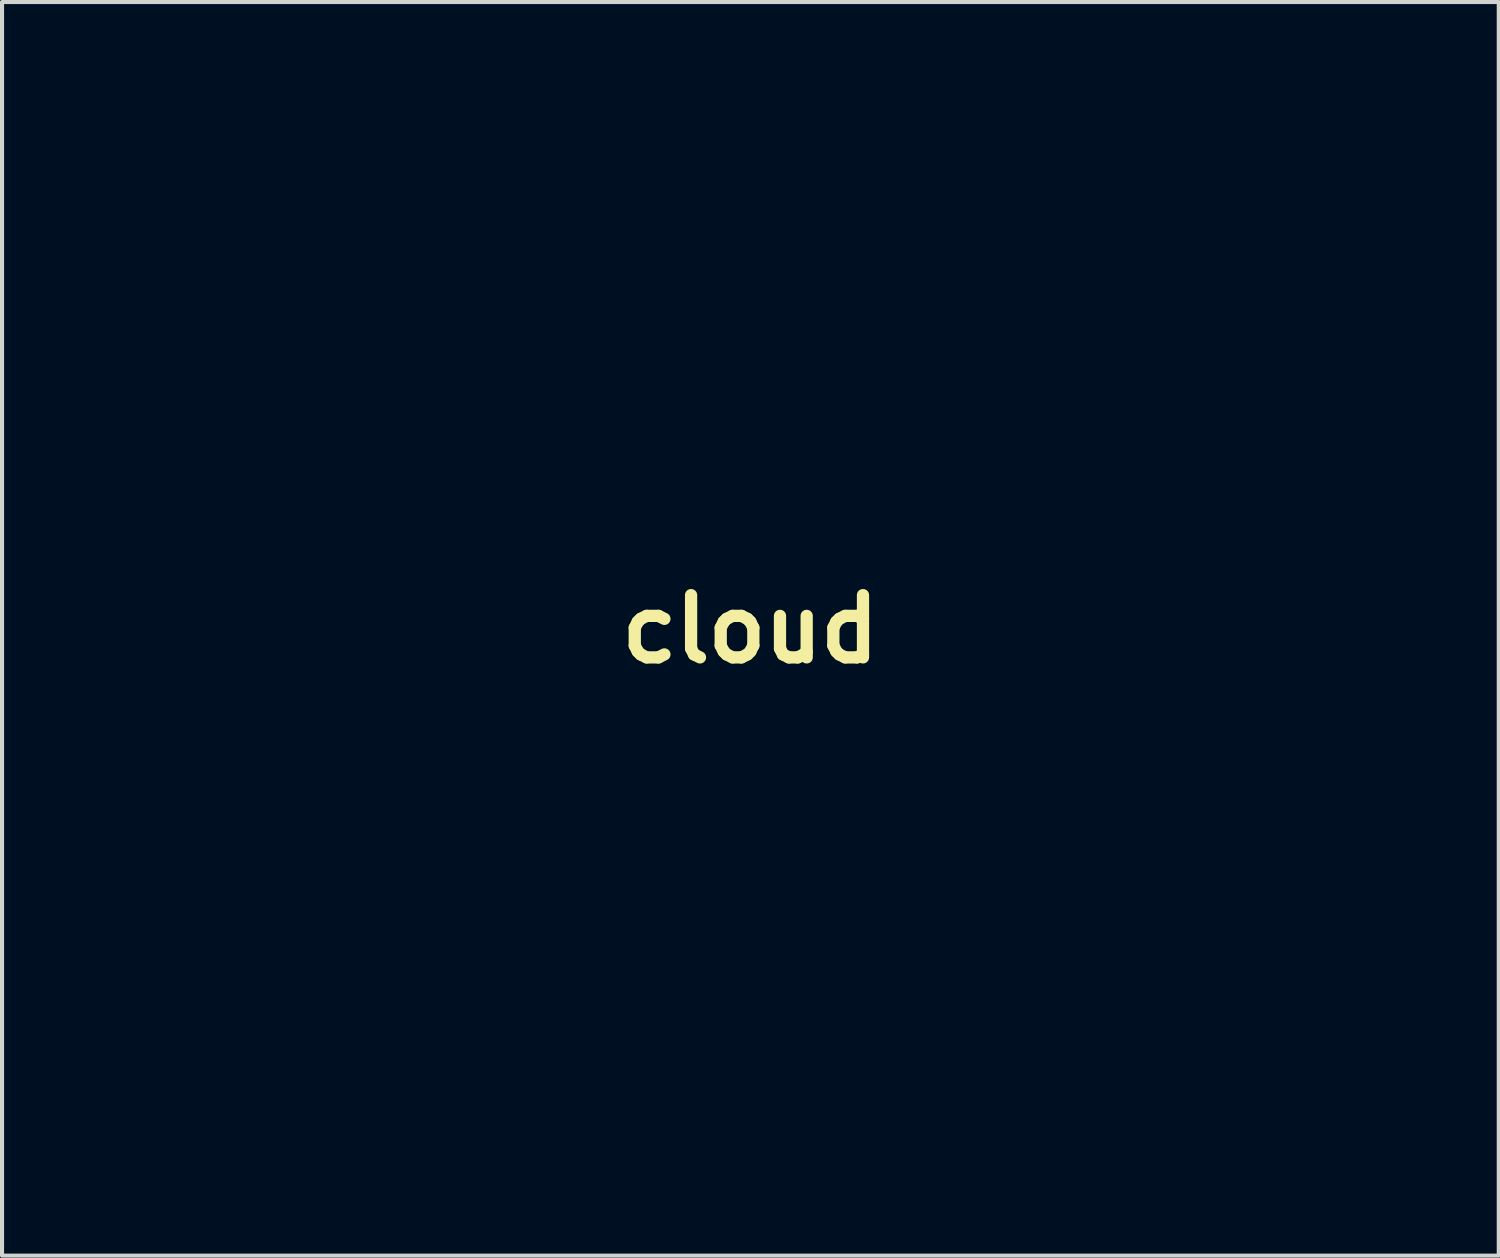
<source format=kicad_pcb>
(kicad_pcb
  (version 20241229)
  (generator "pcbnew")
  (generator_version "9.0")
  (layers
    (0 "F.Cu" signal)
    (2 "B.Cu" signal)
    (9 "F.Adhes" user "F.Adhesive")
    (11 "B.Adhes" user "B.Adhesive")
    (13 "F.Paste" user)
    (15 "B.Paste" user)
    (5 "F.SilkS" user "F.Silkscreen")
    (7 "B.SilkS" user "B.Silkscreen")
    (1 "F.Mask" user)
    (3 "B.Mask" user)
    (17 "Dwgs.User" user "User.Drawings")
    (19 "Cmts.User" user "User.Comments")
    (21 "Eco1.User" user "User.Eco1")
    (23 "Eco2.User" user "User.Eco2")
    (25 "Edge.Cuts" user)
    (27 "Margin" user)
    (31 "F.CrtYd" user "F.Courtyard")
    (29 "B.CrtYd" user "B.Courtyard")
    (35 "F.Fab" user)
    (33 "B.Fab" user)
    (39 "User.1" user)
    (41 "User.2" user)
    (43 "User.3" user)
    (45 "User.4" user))
  (footprint "cloud"
    (layer "F.Cu")
    (at 15.323 12.357)
    (property "Reference" "cloud" (at 0 0 0) (layer "F.SilkS") (effects (font (size 1.524 1.524) (thickness 0.3))))
    (attr through_hole)
    (fp_poly (pts (xy 1.99 -3.652) (xy 2.03 -3.471) (xy 2.03 -3.241) (xy 1.984 -3.023) (xy 1.981 -3.013) (xy 1.88 -2.896) (xy 1.761 -2.898) (xy 1.694 -3.014) (xy 1.693 -3.037) (xy 1.718 -3.324) (xy 1.782 -3.563) (xy 1.869 -3.705) (xy 1.916 -3.725) (xy 1.99 -3.652)) (stroke (width 0.01) (type solid)) (fill yes) (layer "F.Mask"))
    (fp_poly (pts (xy -1.983 -3.774) (xy -1.947 -3.619) (xy -1.956 -3.459) (xy -1.98 -3.174) (xy -2.015 -2.81) (xy -2.046 -2.519) (xy -2.093 -2.113) (xy -2.135 -1.847) (xy -2.18 -1.694) (xy -2.235 -1.624) (xy -2.3 -1.609) (xy -2.43 -1.637) (xy -2.455 -1.672) (xy -2.445 -1.797) (xy -2.419 -2.045) (xy -2.383 -2.37) (xy -2.341 -2.727) (xy -2.3 -3.072) (xy -2.263 -3.358) (xy -2.238 -3.535) (xy -2.17 -3.725) (xy -2.071 -3.809) (xy -1.983 -3.774)) (stroke (width 0.01) (type solid)) (fill yes) (layer "F.Mask"))
    (fp_poly (pts (xy 6.18 0.188) (xy 6.181 0.254) (xy 6.12 0.397) (xy 6.022 0.423) (xy 5.835 0.473) (xy 5.724 0.632) (xy 5.681 0.921) (xy 5.688 1.225) (xy 5.695 1.559) (xy 5.659 1.756) (xy 5.567 1.847) (xy 5.465 1.863) (xy 5.442 1.787) (xy 5.409 1.591) (xy 5.385 1.418) (xy 5.341 1.072) (xy 5.295 0.723) (xy 5.279 0.606) (xy 5.254 0.379) (xy 5.276 0.276) (xy 5.364 0.254) (xy 5.429 0.259) (xy 5.658 0.242) (xy 5.869 0.182) (xy 6.069 0.106) (xy 6.157 0.104) (xy 6.18 0.188)) (stroke (width 0.01) (type solid)) (fill yes) (layer "F.Mask"))
    (fp_poly (pts (xy -6.198 0.15) (xy -6.048 0.217) (xy -6.011 0.306) (xy -6.085 0.392) (xy -6.31 0.423) (xy -6.34 0.423) (xy -6.646 0.474) (xy -6.825 0.63) (xy -6.878 0.897) (xy -6.83 1.205) (xy -6.702 1.41) (xy -6.477 1.507) (xy -6.203 1.48) (xy -6.135 1.453) (xy -5.951 1.414) (xy -5.86 1.473) (xy -5.894 1.59) (xy -5.972 1.664) (xy -6.169 1.738) (xy -6.447 1.77) (xy -6.721 1.753) (xy -6.839 1.721) (xy -7.007 1.572) (xy -7.124 1.313) (xy -7.18 1.002) (xy -7.164 0.694) (xy -7.066 0.444) (xy -7.066 0.444) (xy -6.902 0.299) (xy -6.671 0.197) (xy -6.421 0.146) (xy -6.198 0.15)) (stroke (width 0.01) (type solid)) (fill yes) (layer "F.Mask"))
    (fp_poly (pts (xy -4.085 -6.542) (xy -3.86 -6.355) (xy -3.739 -6.038) (xy -3.719 -5.588) (xy -3.809 -5.293) (xy -4.018 -5.083) (xy -4.304 -4.98) (xy -4.628 -5.007) (xy -4.712 -5.038) (xy -4.963 -5.228) (xy -5.112 -5.525) (xy -5.136 -5.827) (xy -4.827 -5.827) (xy -4.792 -5.541) (xy -4.738 -5.413) (xy -4.585 -5.274) (xy -4.379 -5.261) (xy -4.177 -5.368) (xy -4.099 -5.46) (xy -4.012 -5.705) (xy -4.028 -5.966) (xy -4.13 -6.191) (xy -4.299 -6.329) (xy -4.407 -6.35) (xy -4.618 -6.277) (xy -4.763 -6.087) (xy -4.827 -5.827) (xy -5.136 -5.827) (xy -5.14 -5.884) (xy -5.127 -5.972) (xy -4.999 -6.318) (xy -4.77 -6.529) (xy -4.439 -6.604) (xy -4.417 -6.604) (xy -4.085 -6.542)) (stroke (width 0.01) (type solid)) (fill yes) (layer "F.Mask"))
    (fp_poly (pts (xy -4.593 0.236) (xy -4.369 0.436) (xy -4.252 0.765) (xy -4.233 1.013) (xy -4.259 1.308) (xy -4.35 1.507) (xy -4.429 1.594) (xy -4.675 1.728) (xy -4.992 1.776) (xy -5.298 1.728) (xy -5.315 1.721) (xy -5.457 1.589) (xy -5.581 1.348) (xy -5.659 1.058) (xy -5.67 0.92) (xy -5.334 0.92) (xy -5.282 1.212) (xy -5.15 1.415) (xy -4.97 1.509) (xy -4.775 1.478) (xy -4.612 1.321) (xy -4.524 1.071) (xy -4.544 0.808) (xy -4.653 0.582) (xy -4.833 0.444) (xy -4.946 0.423) (xy -5.178 0.486) (xy -5.305 0.678) (xy -5.334 0.92) (xy -5.67 0.92) (xy -5.673 0.889) (xy -5.599 0.554) (xy -5.395 0.311) (xy -5.085 0.183) (xy -4.921 0.169) (xy -4.593 0.236)) (stroke (width 0.01) (type solid)) (fill yes) (layer "F.Mask"))
    (fp_poly (pts (xy 2.16 -6.555) (xy 2.378 -6.346) (xy 2.504 -6.045) (xy 2.513 -5.675) (xy 2.497 -5.584) (xy 2.358 -5.276) (xy 2.125 -5.075) (xy 1.84 -4.994) (xy 1.542 -5.045) (xy 1.308 -5.203) (xy 1.17 -5.387) (xy 1.111 -5.615) (xy 1.103 -5.817) (xy 1.103 -5.818) (xy 1.381 -5.818) (xy 1.424 -5.564) (xy 1.544 -5.37) (xy 1.717 -5.265) (xy 1.916 -5.278) (xy 2.068 -5.382) (xy 2.172 -5.588) (xy 2.196 -5.866) (xy 2.136 -6.14) (xy 2.114 -6.186) (xy 1.951 -6.322) (xy 1.785 -6.35) (xy 1.588 -6.308) (xy 1.463 -6.15) (xy 1.442 -6.102) (xy 1.381 -5.818) (xy 1.103 -5.818) (xy 1.144 -6.182) (xy 1.273 -6.425) (xy 1.509 -6.582) (xy 1.543 -6.595) (xy 1.874 -6.647) (xy 2.16 -6.555)) (stroke (width 0.01) (type solid)) (fill yes) (layer "F.Mask"))
    (fp_poly (pts (xy 2.682 -0.109) (xy 2.709 0) (xy 2.749 0.124) (xy 2.898 0.168) (xy 2.963 0.169) (xy 3.165 0.207) (xy 3.217 0.296) (xy 3.144 0.398) (xy 3.006 0.423) (xy 2.872 0.44) (xy 2.811 0.522) (xy 2.795 0.715) (xy 2.795 0.783) (xy 2.811 1.149) (xy 2.866 1.376) (xy 2.972 1.492) (xy 3.142 1.524) (xy 3.143 1.524) (xy 3.337 1.563) (xy 3.387 1.651) (xy 3.316 1.742) (xy 3.145 1.783) (xy 2.934 1.775) (xy 2.742 1.72) (xy 2.636 1.63) (xy 2.582 1.466) (xy 2.527 1.202) (xy 2.496 0.995) (xy 2.438 0.678) (xy 2.361 0.525) (xy 2.319 0.508) (xy 2.215 0.44) (xy 2.201 0.381) (xy 2.247 0.268) (xy 2.286 0.254) (xy 2.35 0.182) (xy 2.371 0.042) (xy 2.41 -0.124) (xy 2.54 -0.169) (xy 2.682 -0.109)) (stroke (width 0.01) (type solid)) (fill yes) (layer "F.Mask"))
    (fp_poly (pts (xy -0.734 -3.135) (xy -0.562 -3.04) (xy -0.508 -2.923) (xy -0.518 -2.825) (xy -0.578 -2.804) (xy -0.736 -2.853) (xy -0.81 -2.881) (xy -1.05 -2.929) (xy -1.248 -2.895) (xy -1.35 -2.791) (xy -1.355 -2.756) (xy -1.284 -2.654) (xy -1.109 -2.549) (xy -1.079 -2.536) (xy -0.731 -2.354) (xy -0.545 -2.152) (xy -0.523 -1.933) (xy -0.669 -1.702) (xy -0.677 -1.693) (xy -0.931 -1.555) (xy -1.272 -1.549) (xy -1.545 -1.622) (xy -1.713 -1.723) (xy -1.778 -1.837) (xy -1.741 -1.921) (xy -1.602 -1.915) (xy -1.545 -1.901) (xy -1.194 -1.833) (xy -0.963 -1.855) (xy -0.865 -1.962) (xy -0.908 -2.085) (xy -1.098 -2.216) (xy -1.223 -2.275) (xy -1.496 -2.44) (xy -1.615 -2.639) (xy -1.591 -2.901) (xy -1.558 -2.996) (xy -1.437 -3.116) (xy -1.224 -3.177) (xy -0.972 -3.182) (xy -0.734 -3.135)) (stroke (width 0.01) (type solid)) (fill yes) (layer "F.Mask"))
    (fp_poly (pts (xy 3.094 -3.18) (xy 3.307 -3.11) (xy 3.436 -3.013) (xy 3.444 -2.997) (xy 3.463 -2.858) (xy 3.363 -2.825) (xy 3.176 -2.878) (xy 2.932 -2.928) (xy 2.733 -2.896) (xy 2.63 -2.792) (xy 2.625 -2.756) (xy 2.696 -2.654) (xy 2.87 -2.549) (xy 2.9 -2.536) (xy 3.247 -2.356) (xy 3.433 -2.15) (xy 3.471 -1.981) (xy 3.398 -1.757) (xy 3.202 -1.607) (xy 2.917 -1.544) (xy 2.576 -1.579) (xy 2.434 -1.622) (xy 2.267 -1.723) (xy 2.201 -1.837) (xy 2.239 -1.921) (xy 2.377 -1.915) (xy 2.434 -1.901) (xy 2.786 -1.833) (xy 3.017 -1.855) (xy 3.114 -1.962) (xy 3.071 -2.085) (xy 2.881 -2.216) (xy 2.757 -2.275) (xy 2.522 -2.393) (xy 2.407 -2.503) (xy 2.372 -2.652) (xy 2.371 -2.703) (xy 2.442 -2.965) (xy 2.638 -3.136) (xy 2.928 -3.196) (xy 3.094 -3.18)) (stroke (width 0.01) (type solid)) (fill yes) (layer "F.Mask"))
    (fp_poly (pts (xy 3.938 -6.563) (xy 4.017 -6.489) (xy 4.129 -6.359) (xy 4.194 -6.217) (xy 4.225 -6.012) (xy 4.233 -5.696) (xy 4.233 -5.628) (xy 4.229 -5.3) (xy 4.211 -5.109) (xy 4.171 -5.023) (xy 4.102 -5.008) (xy 4.085 -5.011) (xy 4.005 -5.057) (xy 3.952 -5.179) (xy 3.916 -5.412) (xy 3.895 -5.673) (xy 3.87 -5.997) (xy 3.838 -6.188) (xy 3.786 -6.285) (xy 3.699 -6.324) (xy 3.633 -6.333) (xy 3.442 -6.32) (xy 3.315 -6.212) (xy 3.24 -5.986) (xy 3.202 -5.617) (xy 3.201 -5.586) (xy 3.177 -5.277) (xy 3.136 -5.102) (xy 3.067 -5.024) (xy 3.027 -5.011) (xy 2.958 -5.014) (xy 2.914 -5.075) (xy 2.89 -5.222) (xy 2.88 -5.486) (xy 2.879 -5.795) (xy 2.879 -6.607) (xy 3.111 -6.594) (xy 3.382 -6.607) (xy 3.573 -6.643) (xy 3.766 -6.658) (xy 3.938 -6.563)) (stroke (width 0.01) (type solid)) (fill yes) (layer "F.Mask"))
    (fp_poly (pts (xy 1.878 0.128) (xy 1.937 0.265) (xy 1.98 0.525) (xy 2.024 0.873) (xy 2.071 1.225) (xy 2.088 1.346) (xy 2.114 1.574) (xy 2.095 1.675) (xy 2.008 1.69) (xy 1.914 1.674) (xy 1.733 1.667) (xy 1.644 1.705) (xy 1.538 1.751) (xy 1.33 1.776) (xy 1.261 1.778) (xy 1.033 1.761) (xy 0.906 1.684) (xy 0.812 1.505) (xy 0.811 1.503) (xy 0.738 1.259) (xy 0.673 0.937) (xy 0.645 0.741) (xy 0.62 0.466) (xy 0.629 0.32) (xy 0.68 0.262) (xy 0.748 0.254) (xy 0.838 0.283) (xy 0.901 0.392) (xy 0.951 0.615) (xy 0.981 0.817) (xy 1.064 1.216) (xy 1.182 1.453) (xy 1.338 1.53) (xy 1.503 1.471) (xy 1.583 1.385) (xy 1.63 1.228) (xy 1.651 0.962) (xy 1.655 0.752) (xy 1.665 0.417) (xy 1.693 0.218) (xy 1.745 0.123) (xy 1.792 0.102) (xy 1.878 0.128)) (stroke (width 0.01) (type solid)) (fill yes) (layer "F.Mask"))
    (fp_poly (pts (xy 5.732 -6.555) (xy 5.933 -6.305) (xy 6.044 -5.99) (xy 6.099 -5.757) (xy 5.505 -5.757) (xy 5.149 -5.742) (xy 4.953 -5.691) (xy 4.906 -5.597) (xy 5.001 -5.452) (xy 5.077 -5.379) (xy 5.227 -5.286) (xy 5.428 -5.265) (xy 5.627 -5.287) (xy 5.869 -5.312) (xy 5.985 -5.288) (xy 6.011 -5.222) (xy 5.932 -5.103) (xy 5.706 -5.025) (xy 5.352 -4.997) (xy 5.349 -4.996) (xy 5.066 -5.058) (xy 4.819 -5.243) (xy 4.631 -5.534) (xy 4.576 -5.86) (xy 4.636 -6.124) (xy 4.922 -6.124) (xy 4.965 -6.049) (xy 5.154 -6.016) (xy 5.334 -6.011) (xy 5.576 -6.024) (xy 5.729 -6.055) (xy 5.757 -6.079) (xy 5.685 -6.223) (xy 5.508 -6.317) (xy 5.287 -6.347) (xy 5.083 -6.299) (xy 5.012 -6.248) (xy 4.922 -6.124) (xy 4.636 -6.124) (xy 4.648 -6.176) (xy 4.835 -6.44) (xy 5.109 -6.599) (xy 5.458 -6.653) (xy 5.732 -6.555)) (stroke (width 0.01) (type solid)) (fill yes) (layer "F.Mask"))
    (fp_poly (pts (xy -5.863 -7.295) (xy -5.641 -7.219) (xy -5.524 -7.109) (xy -5.52 -7.093) (xy -5.527 -7.014) (xy -5.613 -6.982) (xy -5.814 -6.988) (xy -5.945 -7.001) (xy -6.245 -7.016) (xy -6.423 -6.982) (xy -6.502 -6.921) (xy -6.568 -6.739) (xy -6.488 -6.575) (xy -6.284 -6.471) (xy -6.277 -6.469) (xy -5.868 -6.349) (xy -5.595 -6.199) (xy -5.5 -6.09) (xy -5.415 -5.789) (xy -5.48 -5.524) (xy -5.676 -5.318) (xy -5.984 -5.193) (xy -6.256 -5.167) (xy -6.526 -5.187) (xy -6.743 -5.234) (xy -6.795 -5.256) (xy -6.918 -5.387) (xy -6.943 -5.474) (xy -6.897 -5.564) (xy -6.795 -5.545) (xy -6.504 -5.463) (xy -6.209 -5.437) (xy -5.967 -5.467) (xy -5.853 -5.533) (xy -5.761 -5.718) (xy -5.821 -5.881) (xy -6.039 -6.031) (xy -6.302 -6.136) (xy -6.599 -6.252) (xy -6.772 -6.363) (xy -6.866 -6.502) (xy -6.883 -6.549) (xy -6.891 -6.818) (xy -6.761 -7.066) (xy -6.521 -7.248) (xy -6.395 -7.294) (xy -6.133 -7.324) (xy -5.863 -7.295)) (stroke (width 0.01) (type solid)) (fill yes) (layer "F.Mask"))
    (fp_poly (pts (xy 0.888 -3.081) (xy 1.118 -2.893) (xy 1.251 -2.613) (xy 1.27 -2.442) (xy 1.27 -2.184) (xy 0.677 -2.244) (xy 0.361 -2.27) (xy 0.179 -2.266) (xy 0.098 -2.229) (xy 0.085 -2.181) (xy 0.161 -1.984) (xy 0.361 -1.845) (xy 0.645 -1.788) (xy 0.758 -1.792) (xy 0.98 -1.801) (xy 1.08 -1.76) (xy 1.101 -1.674) (xy 1.029 -1.566) (xy 0.846 -1.514) (xy 0.599 -1.516) (xy 0.334 -1.57) (xy 0.099 -1.675) (xy 0.026 -1.728) (xy -0.131 -1.898) (xy -0.199 -2.095) (xy -0.212 -2.319) (xy -0.185 -2.609) (xy -0.179 -2.622) (xy 0.182 -2.622) (xy 0.223 -2.573) (xy 0.342 -2.537) (xy 0.573 -2.501) (xy 0.831 -2.469) (xy 0.913 -2.525) (xy 0.916 -2.646) (xy 0.872 -2.771) (xy 0.753 -2.826) (xy 0.551 -2.836) (xy 0.312 -2.814) (xy 0.202 -2.738) (xy 0.187 -2.694) (xy 0.182 -2.622) (xy -0.179 -2.622) (xy -0.085 -2.818) (xy 0.019 -2.936) (xy 0.3 -3.118) (xy 0.603 -3.162) (xy 0.888 -3.081)) (stroke (width 0.01) (type solid)) (fill yes) (layer "F.Mask"))
    (fp_poly (pts (xy 0.005 0.25) (xy 0.208 0.5) (xy 0.327 0.859) (xy 0.322 1.197) (xy 0.21 1.481) (xy 0.004 1.681) (xy -0.279 1.765) (xy -0.395 1.76) (xy -0.695 1.725) (xy -0.652 2.048) (xy -0.636 2.26) (xy -0.675 2.352) (xy -0.77 2.371) (xy -0.903 2.36) (xy -0.931 2.346) (xy -0.941 2.258) (xy -0.968 2.035) (xy -1.008 1.711) (xy -1.056 1.319) (xy -1.058 1.309) (xy -1.102 0.955) (xy -0.758 0.955) (xy -0.72 1.212) (xy -0.629 1.391) (xy -0.416 1.511) (xy -0.196 1.489) (xy -0.102 1.422) (xy -0.026 1.253) (xy -0.003 0.998) (xy -0.035 0.733) (xy -0.088 0.587) (xy -0.24 0.457) (xy -0.454 0.43) (xy -0.649 0.514) (xy -0.66 0.525) (xy -0.739 0.7) (xy -0.758 0.955) (xy -1.102 0.955) (xy -1.107 0.916) (xy -1.147 0.589) (xy -1.174 0.362) (xy -1.185 0.269) (xy -1.185 0.269) (xy -1.114 0.255) (xy -0.995 0.261) (xy -0.773 0.243) (xy -0.572 0.184) (xy -0.266 0.138) (xy 0.005 0.25)) (stroke (width 0.01) (type solid)) (fill yes) (layer "F.Mask"))
    (fp_poly (pts (xy -3.087 -3.07) (xy -2.858 -2.879) (xy -2.726 -2.6) (xy -2.709 -2.442) (xy -2.709 -2.184) (xy -3.302 -2.244) (xy -3.619 -2.27) (xy -3.801 -2.266) (xy -3.881 -2.229) (xy -3.895 -2.181) (xy -3.819 -1.984) (xy -3.618 -1.845) (xy -3.335 -1.788) (xy -3.222 -1.792) (xy -2.999 -1.801) (xy -2.899 -1.76) (xy -2.879 -1.674) (xy -2.908 -1.584) (xy -3.02 -1.538) (xy -3.256 -1.524) (xy -3.309 -1.524) (xy -3.595 -1.541) (xy -3.793 -1.612) (xy -3.98 -1.766) (xy -3.996 -1.782) (xy -4.161 -1.972) (xy -4.222 -2.145) (xy -4.208 -2.388) (xy -4.139 -2.606) (xy -3.846 -2.606) (xy -3.784 -2.55) (xy -3.588 -2.518) (xy -3.577 -2.517) (xy -3.34 -2.491) (xy -3.17 -2.472) (xy -3.154 -2.47) (xy -3.057 -2.522) (xy -3.048 -2.565) (xy -3.118 -2.739) (xy -3.291 -2.848) (xy -3.505 -2.879) (xy -3.704 -2.822) (xy -3.807 -2.714) (xy -3.846 -2.606) (xy -4.139 -2.606) (xy -4.099 -2.735) (xy -3.946 -2.951) (xy -3.672 -3.123) (xy -3.372 -3.157) (xy -3.087 -3.07)) (stroke (width 0.01) (type solid)) (fill yes) (layer "F.Mask"))
    (fp_poly (pts (xy 0.397 -6.718) (xy 0.62 -6.578) (xy 0.749 -6.393) (xy 0.762 -6.315) (xy 0.792 -6.128) (xy 0.813 -6.061) (xy 0.818 -5.99) (xy 0.743 -5.95) (xy 0.558 -5.931) (xy 0.263 -5.927) (xy -0.095 -5.911) (xy -0.296 -5.859) (xy -0.349 -5.763) (xy -0.263 -5.614) (xy -0.196 -5.542) (xy -0.056 -5.453) (xy 0.152 -5.431) (xy 0.355 -5.447) (xy 0.612 -5.465) (xy 0.737 -5.438) (xy 0.762 -5.381) (xy 0.693 -5.256) (xy 0.479 -5.185) (xy 0.156 -5.165) (xy -0.13 -5.204) (xy -0.363 -5.349) (xy -0.43 -5.412) (xy -0.632 -5.719) (xy -0.671 -6.065) (xy -0.597 -6.293) (xy -0.328 -6.293) (xy -0.285 -6.219) (xy -0.096 -6.185) (xy 0.088 -6.181) (xy 0.336 -6.186) (xy 0.448 -6.212) (xy 0.458 -6.277) (xy 0.423 -6.35) (xy 0.271 -6.478) (xy 0.048 -6.52) (xy -0.168 -6.468) (xy -0.237 -6.418) (xy -0.328 -6.293) (xy -0.597 -6.293) (xy -0.553 -6.429) (xy -0.409 -6.634) (xy -0.214 -6.74) (xy 0.086 -6.773) (xy 0.134 -6.773) (xy 0.397 -6.718)) (stroke (width 0.01) (type solid)) (fill yes) (layer "F.Mask"))
    (fp_poly (pts (xy 4.55 0.215) (xy 4.774 0.364) (xy 4.901 0.601) (xy 4.958 0.836) (xy 4.905 0.964) (xy 4.719 1.018) (xy 4.588 1.026) (xy 4.304 1.048) (xy 4.048 1.088) (xy 4.041 1.09) (xy 3.88 1.137) (xy 3.862 1.211) (xy 3.946 1.343) (xy 4.077 1.478) (xy 4.247 1.514) (xy 4.393 1.5) (xy 4.642 1.454) (xy 4.836 1.401) (xy 4.847 1.396) (xy 4.969 1.388) (xy 4.995 1.475) (xy 4.92 1.614) (xy 4.728 1.713) (xy 4.466 1.766) (xy 4.184 1.765) (xy 3.93 1.702) (xy 3.835 1.651) (xy 3.66 1.447) (xy 3.539 1.157) (xy 3.499 0.864) (xy 3.517 0.742) (xy 3.517 0.742) (xy 3.825 0.742) (xy 3.833 0.824) (xy 3.947 0.844) (xy 4.192 0.816) (xy 4.336 0.793) (xy 4.537 0.748) (xy 4.601 0.686) (xy 4.566 0.582) (xy 4.415 0.455) (xy 4.2 0.423) (xy 3.995 0.486) (xy 3.898 0.587) (xy 3.825 0.742) (xy 3.517 0.742) (xy 3.683 0.432) (xy 3.94 0.231) (xy 4.211 0.169) (xy 4.55 0.215)) (stroke (width 0.01) (type solid)) (fill yes) (layer "F.Mask"))
    (fp_poly (pts (xy -1.931 0.047) (xy -1.738 0.228) (xy -1.598 0.552) (xy -1.518 1.008) (xy -1.511 1.099) (xy -1.503 1.376) (xy -1.53 1.525) (xy -1.6 1.586) (xy -1.62 1.59) (xy -1.703 1.572) (xy -1.761 1.454) (xy -1.805 1.207) (xy -1.815 1.126) (xy -1.853 0.833) (xy -1.892 0.595) (xy -1.913 0.495) (xy -2.033 0.334) (xy -2.234 0.297) (xy -2.388 0.348) (xy -2.477 0.411) (xy -2.524 0.506) (xy -2.536 0.675) (xy -2.519 0.959) (xy -2.51 1.068) (xy -2.487 1.389) (xy -2.488 1.576) (xy -2.519 1.666) (xy -2.587 1.692) (xy -2.614 1.693) (xy -2.707 1.663) (xy -2.767 1.55) (xy -2.808 1.315) (xy -2.821 1.199) (xy -2.869 0.828) (xy -2.926 0.595) (xy -3.006 0.471) (xy -3.124 0.426) (xy -3.181 0.423) (xy -3.367 0.477) (xy -3.483 0.649) (xy -3.534 0.955) (xy -3.534 1.276) (xy -3.541 1.568) (xy -3.578 1.77) (xy -3.634 1.862) (xy -3.7 1.823) (xy -3.752 1.676) (xy -3.783 1.496) (xy -3.821 1.208) (xy -3.857 0.875) (xy -3.858 0.868) (xy -3.886 0.552) (xy -3.889 0.37) (xy -3.858 0.285) (xy -3.786 0.263) (xy -3.715 0.266) (xy -3.479 0.242) (xy -3.294 0.188) (xy -3.045 0.145) (xy -2.87 0.202) (xy -2.702 0.259) (xy -2.547 0.213) (xy -2.441 0.142) (xy -2.168 0.015) (xy -1.931 0.047)) (stroke (width 0.01) (type solid)) (fill yes) (layer "F.Mask"))
    (fp_poly (pts (xy -1.285 -6.552) (xy -1.132 -6.384) (xy -1.045 -6.086) (xy -1.016 -5.642) (xy -1.016 -5.611) (xy -1.02 -5.292) (xy -1.04 -5.107) (xy -1.084 -5.02) (xy -1.163 -4.996) (xy -1.182 -4.995) (xy -1.266 -5.012) (xy -1.319 -5.087) (xy -1.349 -5.252) (xy -1.368 -5.543) (xy -1.372 -5.652) (xy -1.389 -5.984) (xy -1.416 -6.184) (xy -1.463 -6.286) (xy -1.541 -6.327) (xy -1.577 -6.333) (xy -1.796 -6.306) (xy -1.941 -6.144) (xy -2.017 -5.838) (xy -2.032 -5.54) (xy -2.041 -5.233) (xy -2.071 -5.063) (xy -2.132 -4.999) (xy -2.159 -4.995) (xy -2.239 -5.041) (xy -2.281 -5.199) (xy -2.294 -5.44) (xy -2.32 -5.863) (xy -2.383 -6.14) (xy -2.49 -6.291) (xy -2.599 -6.334) (xy -2.801 -6.288) (xy -2.948 -6.095) (xy -3.031 -5.768) (xy -3.048 -5.484) (xy -3.058 -5.196) (xy -3.095 -5.043) (xy -3.167 -4.996) (xy -3.175 -4.995) (xy -3.236 -5.024) (xy -3.274 -5.129) (xy -3.294 -5.34) (xy -3.302 -5.683) (xy -3.302 -5.8) (xy -3.297 -6.183) (xy -3.281 -6.426) (xy -3.248 -6.556) (xy -3.193 -6.602) (xy -3.175 -6.604) (xy -3.062 -6.557) (xy -3.048 -6.516) (xy -2.996 -6.472) (xy -2.884 -6.516) (xy -2.623 -6.596) (xy -2.369 -6.578) (xy -2.203 -6.479) (xy -2.106 -6.398) (xy -1.993 -6.43) (xy -1.919 -6.479) (xy -1.694 -6.576) (xy -1.51 -6.604) (xy -1.285 -6.552)) (stroke (width 0.01) (type solid)) (fill yes) (layer "F.Mask"))
    (fp_poly (pts (xy 6.489 -12.328) (xy 7.167 -12.268) (xy 7.377 -12.237) (xy 8.304 -12.037) (xy 9.087 -11.766) (xy 9.739 -11.417) (xy 10.271 -10.982) (xy 10.699 -10.451) (xy 10.982 -9.934) (xy 11.162 -9.372) (xy 11.248 -8.707) (xy 11.24 -7.974) (xy 11.137 -7.212) (xy 10.943 -6.455) (xy 10.91 -6.357) (xy 10.834 -6.098) (xy 10.803 -5.906) (xy 10.815 -5.836) (xy 10.923 -5.783) (xy 11.145 -5.697) (xy 11.434 -5.597) (xy 11.441 -5.595) (xy 12.035 -5.346) (xy 12.549 -5) (xy 13.023 -4.531) (xy 13.265 -4.229) (xy 13.787 -3.454) (xy 14.157 -2.715) (xy 14.38 -1.991) (xy 14.465 -1.263) (xy 14.459 -0.921) (xy 14.408 -0.452) (xy 14.312 -0.11) (xy 14.244 0.027) (xy 14.066 0.33) (xy 14.342 0.631) (xy 14.514 0.854) (xy 14.716 1.17) (xy 14.91 1.516) (xy 14.939 1.574) (xy 15.21 2.266) (xy 15.32 2.933) (xy 15.268 3.568) (xy 15.235 3.703) (xy 15.076 4.04) (xy 14.793 4.415) (xy 14.417 4.795) (xy 13.981 5.151) (xy 13.515 5.452) (xy 13.32 5.554) (xy 12.984 5.705) (xy 12.652 5.826) (xy 12.3 5.92) (xy 11.905 5.99) (xy 11.441 6.04) (xy 10.885 6.072) (xy 10.214 6.089) (xy 9.403 6.096) (xy 9.193 6.096) (xy 6.97 6.096) (xy 6.089 6.7) (xy 5.747 6.936) (xy 5.455 7.139) (xy 5.242 7.29) (xy 5.136 7.369) (xy 5.133 7.371) (xy 5.169 7.42) (xy 5.335 7.482) (xy 5.577 7.54) (xy 5.847 7.599) (xy 6.034 7.653) (xy 6.096 7.686) (xy 6.044 7.765) (xy 5.904 7.944) (xy 5.697 8.197) (xy 5.466 8.471) (xy 4.837 9.212) (xy 5.847 9.317) (xy 6.238 9.363) (xy 6.558 9.41) (xy 6.776 9.452) (xy 6.858 9.484) (xy 6.858 9.485) (xy 6.793 9.549) (xy 6.613 9.697) (xy 6.339 9.914) (xy 5.992 10.184) (xy 5.594 10.489) (xy 5.164 10.815) (xy 4.726 11.146) (xy 4.298 11.465) (xy 3.904 11.757) (xy 3.564 12.005) (xy 3.299 12.194) (xy 3.13 12.308) (xy 3.086 12.332) (xy 2.957 12.308) (xy 2.915 12.248) (xy 2.935 12.12) (xy 3.036 11.878) (xy 3.205 11.546) (xy 3.376 11.244) (xy 3.888 10.372) (xy 3.214 10.347) (xy 2.541 10.322) (xy 3.133 9.44) (xy 3.358 9.102) (xy 3.543 8.817) (xy 3.672 8.613) (xy 3.725 8.518) (xy 3.725 8.516) (xy 3.648 8.492) (xy 3.444 8.469) (xy 3.155 8.45) (xy 3.127 8.449) (xy 2.529 8.424) (xy 3.386 7.281) (xy 4.243 6.138) (xy 0.269 6.116) (xy -3.705 6.094) (xy -4.359 6.54) (xy -5.012 6.985) (xy -4.496 7.106) (xy -4.228 7.175) (xy -4.041 7.237) (xy -3.979 7.275) (xy -4.031 7.355) (xy -4.171 7.535) (xy -4.376 7.787) (xy -4.58 8.029) (xy -4.819 8.315) (xy -5.008 8.549) (xy -5.124 8.706) (xy -5.151 8.757) (xy -5.061 8.776) (xy -4.836 8.809) (xy -4.51 8.851) (xy -4.117 8.899) (xy -4.106 8.9) (xy -3.09 9.019) (xy -4.977 10.44) (xy -5.474 10.812) (xy -5.93 11.152) (xy -6.328 11.444) (xy -6.649 11.677) (xy -6.873 11.835) (xy -6.983 11.907) (xy -6.988 11.908) (xy -7.116 11.915) (xy -7.141 11.795) (xy -7.061 11.546) (xy -6.877 11.168) (xy -6.69 10.833) (xy -6.178 9.948) (xy -6.815 9.924) (xy -7.118 9.907) (xy -7.343 9.885) (xy -7.448 9.861) (xy -7.451 9.857) (xy -7.406 9.775) (xy -7.285 9.581) (xy -7.104 9.303) (xy -6.883 8.969) (xy -6.858 8.933) (xy -6.266 8.05) (xy -7.554 8.001) (xy -6.099 6.111) (xy -8.617 6.075) (xy -9.416 6.062) (xy -10.071 6.046) (xy -10.605 6.022) (xy -11.042 5.988) (xy -11.406 5.939) (xy -11.722 5.872) (xy -12.013 5.783) (xy -12.304 5.668) (xy -12.619 5.524) (xy -12.827 5.423) (xy -13.553 4.979) (xy -14.177 4.415) (xy -14.684 3.754) (xy -15.054 3.017) (xy -15.195 2.579) (xy -15.281 2.09) (xy -15.318 1.513) (xy -15.314 1.27) (xy -13.839 1.27) (xy -13.824 1.662) (xy -13.787 2.043) (xy -13.736 2.34) (xy -13.726 2.379) (xy -13.5 2.895) (xy -13.132 3.385) (xy -12.649 3.822) (xy -12.08 4.18) (xy -11.709 4.344) (xy -11.218 4.53) (xy -0.212 4.572) (xy 1.423 4.578) (xy 2.898 4.584) (xy 4.22 4.588) (xy 5.4 4.592) (xy 6.445 4.595) (xy 7.366 4.597) (xy 8.169 4.598) (xy 8.865 4.597) (xy 9.462 4.596) (xy 9.969 4.593) (xy 10.394 4.589) (xy 10.747 4.583) (xy 11.036 4.576) (xy 11.27 4.567) (xy 11.458 4.557) (xy 11.608 4.545) (xy 11.73 4.531) (xy 11.832 4.515) (xy 11.923 4.498) (xy 12.012 4.478) (xy 12.013 4.478) (xy 12.609 4.273) (xy 13.165 3.927) (xy 13.474 3.664) (xy 13.726 3.403) (xy 13.853 3.181) (xy 13.87 2.943) (xy 13.79 2.633) (xy 13.766 2.56) (xy 13.582 2.136) (xy 13.367 1.792) (xy 13.143 1.559) (xy 12.968 1.472) (xy 12.839 1.426) (xy 12.737 1.327) (xy 12.635 1.137) (xy 12.509 0.823) (xy 12.499 0.796) (xy 12.265 0.166) (xy 12.607 -0.223) (xy 12.876 -0.592) (xy 13.003 -0.957) (xy 13.003 -1.371) (xy 12.963 -1.605) (xy 12.835 -2.019) (xy 12.632 -2.475) (xy 12.376 -2.935) (xy 12.092 -3.361) (xy 11.803 -3.715) (xy 11.534 -3.959) (xy 11.446 -4.013) (xy 11.102 -4.157) (xy 10.643 -4.304) (xy 10.123 -4.439) (xy 9.596 -4.546) (xy 9.41 -4.575) (xy 9.093 -4.629) (xy 8.853 -4.685) (xy 8.729 -4.732) (xy 8.721 -4.744) (xy 8.752 -4.847) (xy 8.836 -5.066) (xy 8.956 -5.36) (xy 9.012 -5.492) (xy 9.391 -6.46) (xy 9.648 -7.316) (xy 9.78 -8.064) (xy 9.786 -8.712) (xy 9.664 -9.264) (xy 9.412 -9.728) (xy 9.027 -10.108) (xy 8.509 -10.412) (xy 7.855 -10.645) (xy 7.309 -10.77) (xy 6.803 -10.836) (xy 6.178 -10.873) (xy 5.48 -10.881) (xy 4.758 -10.862) (xy 4.057 -10.816) (xy 3.426 -10.744) (xy 3.088 -10.687) (xy 1.728 -10.347) (xy 0.49 -9.892) (xy -0.631 -9.322) (xy -1.638 -8.633) (xy -1.711 -8.574) (xy -2.498 -7.943) (xy -2.57 -8.226) (xy -2.696 -8.703) (xy -2.796 -9.047) (xy -2.884 -9.291) (xy -2.975 -9.468) (xy -3.081 -9.609) (xy -3.208 -9.737) (xy -3.742 -10.14) (xy -4.394 -10.462) (xy -5.131 -10.699) (xy -5.918 -10.846) (xy -6.722 -10.898) (xy -7.511 -10.851) (xy -8.249 -10.701) (xy -8.8 -10.495) (xy -9.303 -10.229) (xy -9.689 -9.952) (xy -10.006 -9.624) (xy -10.193 -9.372) (xy -10.459 -8.941) (xy -10.649 -8.519) (xy -10.772 -8.063) (xy -10.842 -7.529) (xy -10.868 -6.875) (xy -10.869 -6.816) (xy -10.858 -6.154) (xy -10.806 -5.628) (xy -10.705 -5.204) (xy -10.547 -4.853) (xy -10.325 -4.542) (xy -10.275 -4.486) (xy -9.989 -4.168) (xy -10.073 -3.587) (xy -10.115 -3.281) (xy -10.146 -3.038) (xy -10.158 -2.91) (xy -10.158 -2.909) (xy -10.235 -2.842) (xy -10.428 -2.778) (xy -10.559 -2.753) (xy -11.202 -2.601) (xy -11.738 -2.346) (xy -12.203 -1.968) (xy -12.243 -1.927) (xy -12.671 -1.458) (xy -13.004 -1.032) (xy -13.281 -0.589) (xy -13.525 -0.115) (xy -13.684 0.232) (xy -13.778 0.499) (xy -13.825 0.757) (xy -13.839 1.076) (xy -13.839 1.27) (xy -15.314 1.27) (xy -15.307 0.918) (xy -15.248 0.378) (xy -15.199 0.145) (xy -14.989 -0.461) (xy -14.679 -1.097) (xy -14.29 -1.734) (xy -13.846 -2.341) (xy -13.37 -2.887) (xy -12.885 -3.341) (xy -12.414 -3.673) (xy -12.265 -3.751) (xy -11.787 -3.976) (xy -11.984 -4.464) (xy -12.183 -5.077) (xy -12.304 -5.745) (xy -12.352 -6.507) (xy -12.343 -7.146) (xy -12.315 -7.65) (xy -12.273 -8.043) (xy -12.206 -8.387) (xy -12.104 -8.739) (xy -12.051 -8.894) (xy -11.67 -9.758) (xy -11.168 -10.504) (xy -10.546 -11.131) (xy -9.808 -11.636) (xy -8.955 -12.017) (xy -8.329 -12.2) (xy -7.968 -12.279) (xy -7.645 -12.327) (xy -7.305 -12.35) (xy -6.894 -12.349) (xy -6.477 -12.336) (xy -5.984 -12.306) (xy -5.502 -12.259) (xy -5.086 -12.201) (xy -4.826 -12.148) (xy -4.204 -11.946) (xy -3.568 -11.671) (xy -2.97 -11.35) (xy -2.462 -11.007) (xy -2.257 -10.836) (xy -2.006 -10.611) (xy -1.841 -10.487) (xy -1.727 -10.445) (xy -1.63 -10.469) (xy -1.58 -10.498) (xy -0.979 -10.834) (xy -0.253 -11.17) (xy 0.555 -11.489) (xy 1.401 -11.774) (xy 2.243 -12.01) (xy 2.667 -12.109) (xy 3.32 -12.218) (xy 4.08 -12.296) (xy 4.895 -12.341) (xy 5.715 -12.352) (xy 6.489 -12.328)) (stroke (width 0.01) (type solid)) (fill yes) (layer "F.Mask")))
  (gr_rect
    (start -3 -3)
    (end 33.648 27.695)
    (stroke (width 0.1) (type default))
    (fill no)
    (layer "Edge.Cuts")))
</source>
